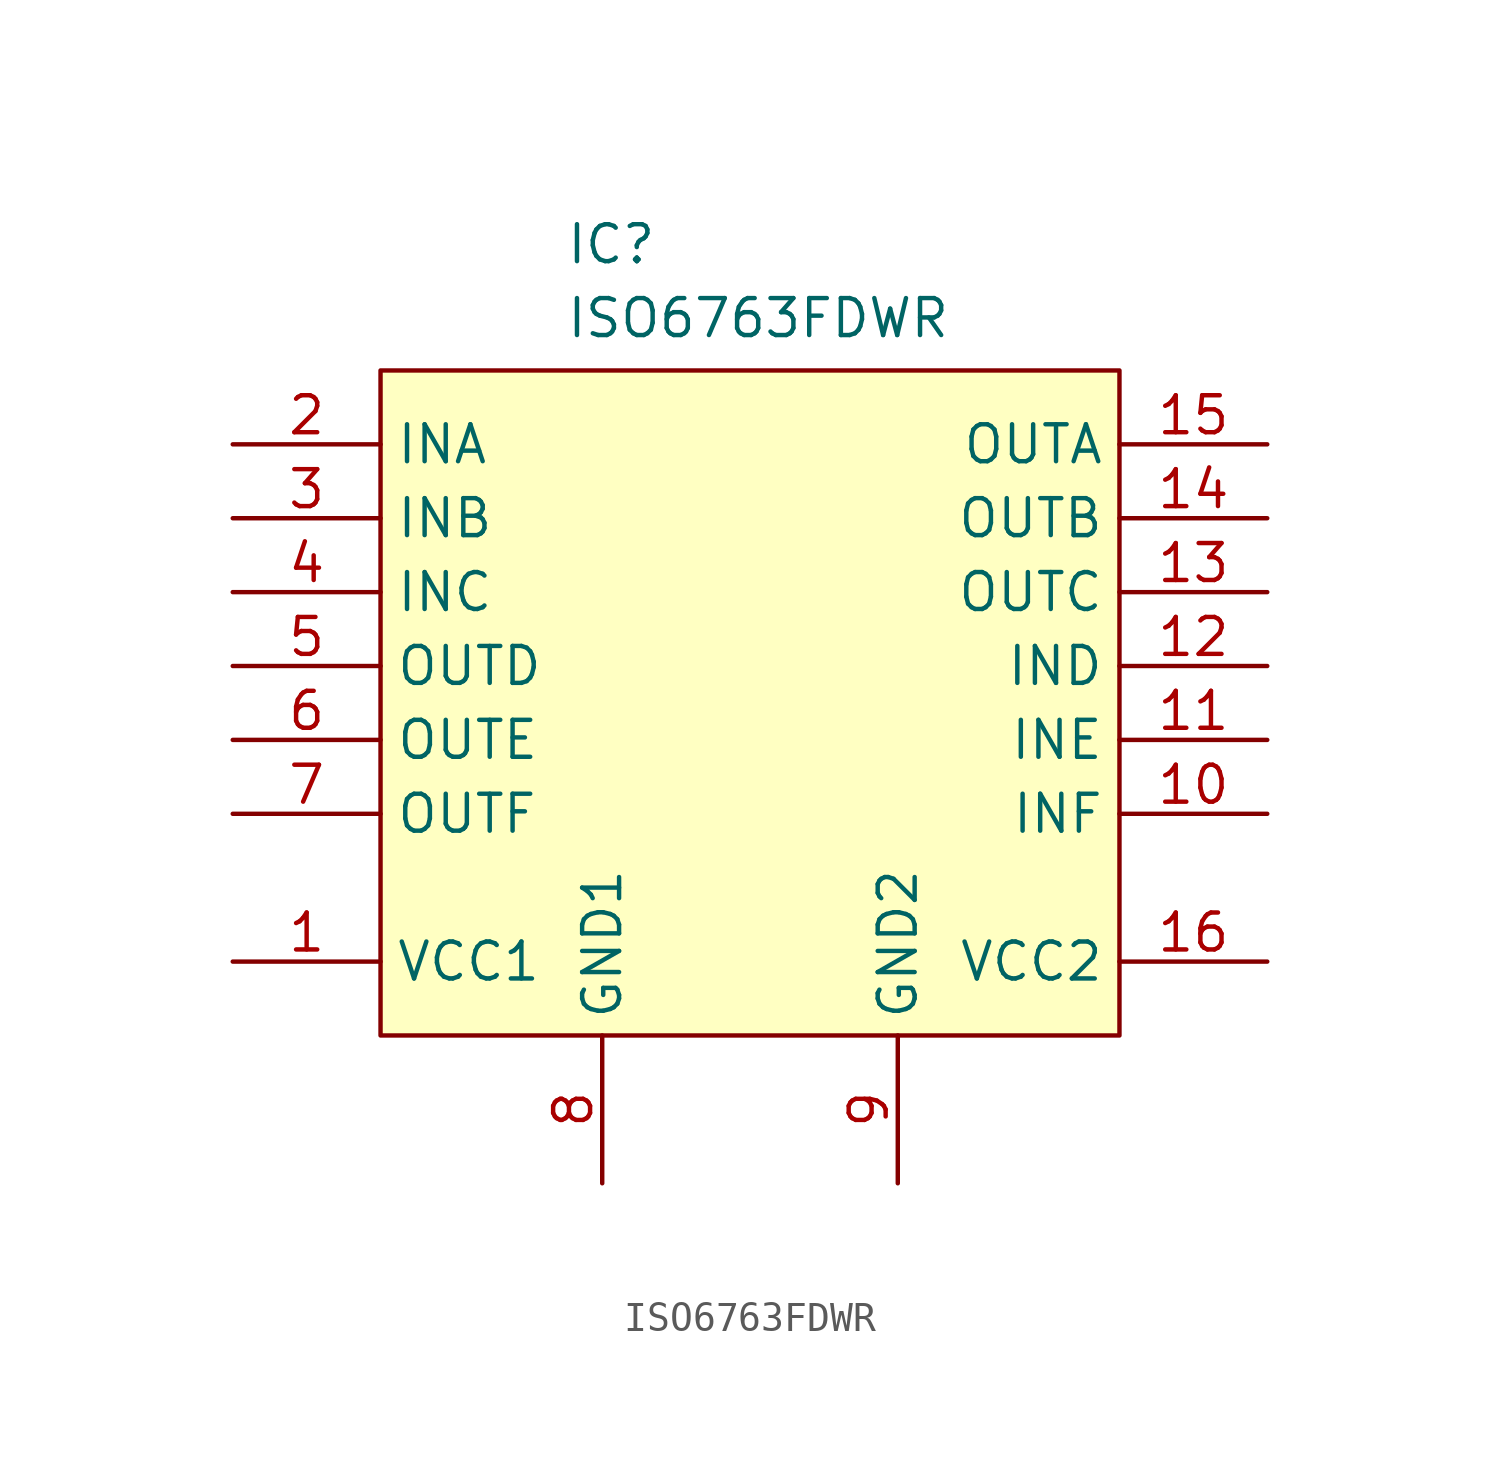
<source format=kicad_sym>
(kicad_symbol_lib
  (version 20220914)
  (generator kicad_symbol_editor)
  (symbol "ISO6763FDWR"
    (property "Reference" "IC"
      (at -6.35 16.51 0)
      (effects (font (size 1.27 1.27)) (justify left top)))
    (property "Value" "ISO6763FDWR"
      (at -6.35 13.97 0)
      (effects (font (size 1.27 1.27)) (justify left top)))
    (symbol "ISO6763FDWR_1_1"
      (polyline (pts (xy -12.7 11.43) (xy 12.7 11.43) (xy 12.7 -11.43) (xy -12.7 -11.43) (xy -12.7 11.43)) (stroke (width 0.152) (type default)) (fill (type background)))
      (pin passive line (at -17.78 -8.89 0) (length 5.08) (name "VCC1" (effects (font (size 1.27 1.27)))) (number "1" (effects (font (size 1.27 1.27)))))
      (pin passive line (at 17.78 -3.81 180) (length 5.08) (name "INF" (effects (font (size 1.27 1.27)))) (number "10" (effects (font (size 1.27 1.27)))))
      (pin passive line (at 17.78 -1.27 180) (length 5.08) (name "INE" (effects (font (size 1.27 1.27)))) (number "11" (effects (font (size 1.27 1.27)))))
      (pin passive line (at 17.78 1.27 180) (length 5.08) (name "IND" (effects (font (size 1.27 1.27)))) (number "12" (effects (font (size 1.27 1.27)))))
      (pin passive line (at 17.78 3.81 180) (length 5.08) (name "OUTC" (effects (font (size 1.27 1.27)))) (number "13" (effects (font (size 1.27 1.27)))))
      (pin passive line (at 17.78 6.35 180) (length 5.08) (name "OUTB" (effects (font (size 1.27 1.27)))) (number "14" (effects (font (size 1.27 1.27)))))
      (pin passive line (at 17.78 8.89 180) (length 5.08) (name "OUTA" (effects (font (size 1.27 1.27)))) (number "15" (effects (font (size 1.27 1.27)))))
      (pin passive line (at 17.78 -8.89 180) (length 5.08) (name "VCC2" (effects (font (size 1.27 1.27)))) (number "16" (effects (font (size 1.27 1.27)))))
      (pin passive line (at -17.78 8.89 0) (length 5.08) (name "INA" (effects (font (size 1.27 1.27)))) (number "2" (effects (font (size 1.27 1.27)))))
      (pin passive line (at -17.78 6.35 0) (length 5.08) (name "INB" (effects (font (size 1.27 1.27)))) (number "3" (effects (font (size 1.27 1.27)))))
      (pin passive line (at -17.78 3.81 0) (length 5.08) (name "INC" (effects (font (size 1.27 1.27)))) (number "4" (effects (font (size 1.27 1.27)))))
      (pin passive line (at -17.78 1.27 0) (length 5.08) (name "OUTD" (effects (font (size 1.27 1.27)))) (number "5" (effects (font (size 1.27 1.27)))))
      (pin passive line (at -17.78 -1.27 0) (length 5.08) (name "OUTE" (effects (font (size 1.27 1.27)))) (number "6" (effects (font (size 1.27 1.27)))))
      (pin passive line (at -17.78 -3.81 0) (length 5.08) (name "OUTF" (effects (font (size 1.27 1.27)))) (number "7" (effects (font (size 1.27 1.27)))))
      (pin passive line (at -5.08 -16.51 90) (length 5.08) (name "GND1" (effects (font (size 1.27 1.27)))) (number "8" (effects (font (size 1.27 1.27)))))
      (pin passive line (at 5.08 -16.51 90) (length 5.08) (name "GND2" (effects (font (size 1.27 1.27)))) (number "9" (effects (font (size 1.27 1.27))))))))
</source>
